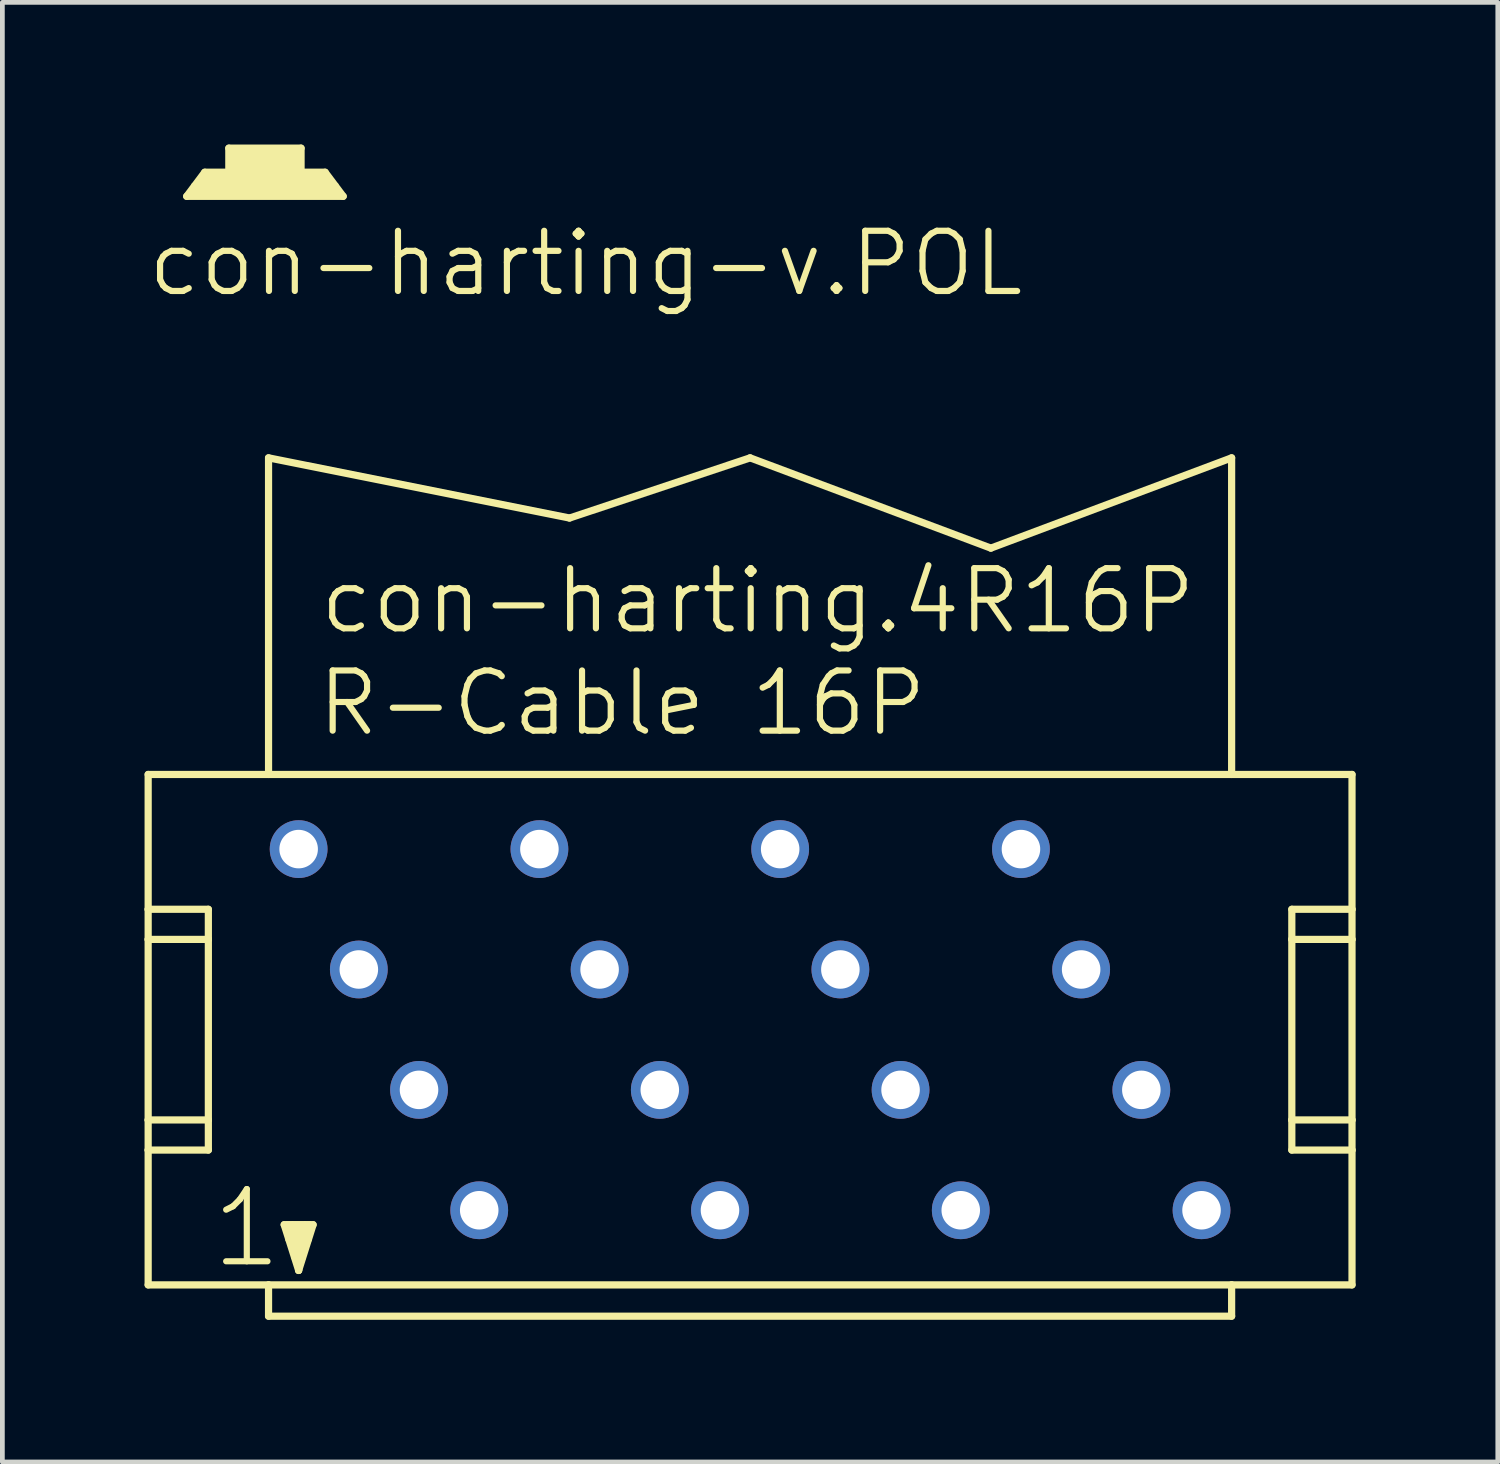
<source format=kicad_pcb>
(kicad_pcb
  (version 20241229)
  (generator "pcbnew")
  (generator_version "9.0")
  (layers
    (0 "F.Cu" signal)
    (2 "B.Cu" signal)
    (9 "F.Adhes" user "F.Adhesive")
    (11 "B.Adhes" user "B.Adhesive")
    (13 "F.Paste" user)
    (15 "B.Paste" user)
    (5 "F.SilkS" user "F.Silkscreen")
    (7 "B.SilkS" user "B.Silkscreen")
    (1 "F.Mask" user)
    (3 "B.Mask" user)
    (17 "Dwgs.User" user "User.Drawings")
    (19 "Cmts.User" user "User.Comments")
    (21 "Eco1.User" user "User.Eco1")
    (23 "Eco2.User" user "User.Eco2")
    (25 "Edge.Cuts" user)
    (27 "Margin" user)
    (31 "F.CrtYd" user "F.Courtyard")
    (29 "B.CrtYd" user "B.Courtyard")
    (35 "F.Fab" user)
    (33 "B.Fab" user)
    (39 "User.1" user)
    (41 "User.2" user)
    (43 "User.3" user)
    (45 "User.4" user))
  (footprint "con-harting-v.POL"
    (layer "F.Cu")
    (at 2.54 0.711)
    (property "Reference" "con-harting-v.POL" (at -2.54 2.54 0) (layer "F.SilkS") (effects (font (size 1.27 1.27) (thickness 0.13)) (justify left bottom)))
    (fp_line (start -1.651 0.381) (end -1.27 -0.127) (stroke (width 0.152) (type default)) (layer "F.SilkS"))
    (fp_line (start -1.651 0.381) (end 1.651 0.381) (stroke (width 0.152) (type default)) (layer "F.SilkS"))
    (fp_line (start -0.762 -0.635) (end -0.762 -0.127) (stroke (width 0.152) (type default)) (layer "F.SilkS"))
    (fp_line (start -0.762 -0.127) (end -1.27 -0.127) (stroke (width 0.152) (type default)) (layer "F.SilkS"))
    (fp_line (start 0.762 -0.635) (end -0.762 -0.635) (stroke (width 0.152) (type default)) (layer "F.SilkS"))
    (fp_line (start 0.762 -0.635) (end 0.762 -0.127) (stroke (width 0.152) (type default)) (layer "F.SilkS"))
    (fp_line (start 1.27 -0.127) (end 0.762 -0.127) (stroke (width 0.152) (type default)) (layer "F.SilkS"))
    (fp_line (start 1.27 -0.127) (end 1.651 0.381) (stroke (width 0.152) (type default)) (layer "F.SilkS"))
    (fp_rect (start -1.524 0.381) (end -1.27 0.127) (stroke (width 0.05) (type default)) (fill yes) (layer "F.SilkS"))
    (fp_rect (start -1.397 0.127) (end -1.27 0) (stroke (width 0.05) (type default)) (fill yes) (layer "F.SilkS"))
    (fp_rect (start -1.27 0.381) (end 1.27 -0.127) (stroke (width 0.05) (type default)) (fill yes) (layer "F.SilkS"))
    (fp_rect (start -0.762 -0.127) (end 0.762 -0.635) (stroke (width 0.05) (type default)) (fill yes) (layer "F.SilkS"))
    (fp_rect (start 1.27 0.127) (end 1.397 0) (stroke (width 0.05) (type default)) (fill yes) (layer "F.SilkS"))
    (fp_rect (start 1.27 0.381) (end 1.524 0.127) (stroke (width 0.05) (type default)) (fill yes) (layer "F.SilkS")))
  (footprint "con-harting.4R16P"
    (layer "F.Cu")
    (at 12.776 18.675)
    (property "Reference" "con-harting.4R16P" (at -9.144 -8.306 0) (layer "F.SilkS") (effects (font (size 1.27 1.27) (thickness 0.13)) (justify left bottom)))
    (attr through_hole)
    (fp_line (start -12.7 -5.385) (end -12.7 -2.54) (stroke (width 0.152) (type default)) (layer "F.SilkS"))
    (fp_line (start -12.7 -2.54) (end -12.7 -1.905) (stroke (width 0.152) (type default)) (layer "F.SilkS"))
    (fp_line (start -12.7 -2.54) (end -11.43 -2.54) (stroke (width 0.152) (type default)) (layer "F.SilkS"))
    (fp_line (start -12.7 -1.905) (end -12.7 1.905) (stroke (width 0.152) (type default)) (layer "F.SilkS"))
    (fp_line (start -12.7 -1.905) (end -11.43 -1.905) (stroke (width 0.152) (type default)) (layer "F.SilkS"))
    (fp_line (start -12.7 1.905) (end -12.7 2.54) (stroke (width 0.152) (type default)) (layer "F.SilkS"))
    (fp_line (start -12.7 1.905) (end -11.43 1.905) (stroke (width 0.152) (type default)) (layer "F.SilkS"))
    (fp_line (start -12.7 2.54) (end -12.7 5.385) (stroke (width 0.152) (type default)) (layer "F.SilkS"))
    (fp_line (start -12.7 5.385) (end -10.16 5.385) (stroke (width 0.152) (type default)) (layer "F.SilkS"))
    (fp_line (start -11.43 -2.54) (end -11.43 -1.905) (stroke (width 0.152) (type default)) (layer "F.SilkS"))
    (fp_line (start -11.43 -1.905) (end -11.43 1.905) (stroke (width 0.152) (type default)) (layer "F.SilkS"))
    (fp_line (start -11.43 1.905) (end -11.43 2.54) (stroke (width 0.152) (type default)) (layer "F.SilkS"))
    (fp_line (start -11.43 2.54) (end -12.7 2.54) (stroke (width 0.152) (type default)) (layer "F.SilkS"))
    (fp_line (start -10.16 -5.385) (end -12.7 -5.385) (stroke (width 0.152) (type default)) (layer "F.SilkS"))
    (fp_line (start -10.16 -5.385) (end -10.16 -12.065) (stroke (width 0.152) (type default)) (layer "F.SilkS"))
    (fp_line (start -10.16 5.385) (end 10.16 5.385) (stroke (width 0.152) (type default)) (layer "F.SilkS"))
    (fp_line (start -10.16 6.045) (end -10.16 5.385) (stroke (width 0.152) (type default)) (layer "F.SilkS"))
    (fp_line (start -9.83 4.115) (end -9.22 4.115) (stroke (width 0.152) (type default)) (layer "F.SilkS"))
    (fp_line (start -9.525 5.08) (end -9.83 4.115) (stroke (width 0.152) (type default)) (layer "F.SilkS"))
    (fp_line (start -9.525 5.08) (end -9.525 4.826) (stroke (width 0.152) (type default)) (layer "F.SilkS"))
    (fp_line (start -9.22 4.115) (end -9.525 5.08) (stroke (width 0.152) (type default)) (layer "F.SilkS"))
    (fp_line (start -3.81 -10.795) (end -10.16 -12.065) (stroke (width 0.152) (type default)) (layer "F.SilkS"))
    (fp_line (start -3.81 -10.795) (end 0 -12.065) (stroke (width 0.152) (type default)) (layer "F.SilkS"))
    (fp_line (start 5.08 -10.16) (end 0 -12.065) (stroke (width 0.152) (type default)) (layer "F.SilkS"))
    (fp_line (start 5.08 -10.16) (end 10.16 -12.065) (stroke (width 0.152) (type default)) (layer "F.SilkS"))
    (fp_line (start 10.16 -12.065) (end 10.16 -5.385) (stroke (width 0.152) (type default)) (layer "F.SilkS"))
    (fp_line (start 10.16 -5.385) (end -10.16 -5.385) (stroke (width 0.152) (type default)) (layer "F.SilkS"))
    (fp_line (start 10.16 5.385) (end 10.16 6.045) (stroke (width 0.152) (type default)) (layer "F.SilkS"))
    (fp_line (start 10.16 5.385) (end 12.7 5.385) (stroke (width 0.152) (type default)) (layer "F.SilkS"))
    (fp_line (start 10.16 6.045) (end -10.16 6.045) (stroke (width 0.152) (type default)) (layer "F.SilkS"))
    (fp_line (start 11.43 -2.54) (end 11.43 -1.905) (stroke (width 0.152) (type default)) (layer "F.SilkS"))
    (fp_line (start 11.43 -2.54) (end 12.7 -2.54) (stroke (width 0.152) (type default)) (layer "F.SilkS"))
    (fp_line (start 11.43 -1.905) (end 11.43 1.905) (stroke (width 0.152) (type default)) (layer "F.SilkS"))
    (fp_line (start 11.43 -1.905) (end 12.7 -1.905) (stroke (width 0.152) (type default)) (layer "F.SilkS"))
    (fp_line (start 11.43 1.905) (end 11.43 2.54) (stroke (width 0.152) (type default)) (layer "F.SilkS"))
    (fp_line (start 11.43 1.905) (end 12.7 1.905) (stroke (width 0.152) (type default)) (layer "F.SilkS"))
    (fp_line (start 12.7 -5.385) (end 10.16 -5.385) (stroke (width 0.152) (type default)) (layer "F.SilkS"))
    (fp_line (start 12.7 -2.54) (end 12.7 -5.385) (stroke (width 0.152) (type default)) (layer "F.SilkS"))
    (fp_line (start 12.7 -1.905) (end 12.7 -2.54) (stroke (width 0.152) (type default)) (layer "F.SilkS"))
    (fp_line (start 12.7 1.905) (end 12.7 -1.905) (stroke (width 0.152) (type default)) (layer "F.SilkS"))
    (fp_line (start 12.7 2.54) (end 11.43 2.54) (stroke (width 0.152) (type default)) (layer "F.SilkS"))
    (fp_line (start 12.7 2.54) (end 12.7 1.905) (stroke (width 0.152) (type default)) (layer "F.SilkS"))
    (fp_line (start 12.7 5.385) (end 12.7 2.54) (stroke (width 0.152) (type default)) (layer "F.SilkS"))
    (fp_rect (start -9.779 4.445) (end -9.652 4.064) (stroke (width 0.05) (type default)) (fill yes) (layer "F.SilkS"))
    (fp_rect (start -9.652 4.572) (end -9.398 4.064) (stroke (width 0.05) (type default)) (fill yes) (layer "F.SilkS"))
    (fp_rect (start -9.652 4.826) (end -9.398 4.572) (stroke (width 0.05) (type default)) (fill yes) (layer "F.SilkS"))
    (fp_rect (start -9.398 4.445) (end -9.271 4.064) (stroke (width 0.05) (type default)) (fill yes) (layer "F.SilkS"))
    (fp_text user "1" (at -11.43 5.08 0) (layer "F.SilkS") (effects (font (size 1.524 1.524) (thickness 0.13)) (justify left bottom)))
    (fp_text user "R-Cable 16P" (at -9.195 -6.147 0) (layer "F.SilkS") (effects (font (size 1.27 1.27) (thickness 0.13)) (justify left bottom)))
    (pad "1" thru_hole circle (at -9.525 -3.81) (size 1.219 1.219) (drill 0.813) (layers "*.Cu" "*.Mask"))
    (pad "2" thru_hole circle (at -8.255 -1.27) (size 1.219 1.219) (drill 0.813) (layers "*.Cu" "*.Mask"))
    (pad "3" thru_hole circle (at -6.985 1.27) (size 1.219 1.219) (drill 0.813) (layers "*.Cu" "*.Mask"))
    (pad "4" thru_hole circle (at -5.715 3.81) (size 1.219 1.219) (drill 0.813) (layers "*.Cu" "*.Mask"))
    (pad "5" thru_hole circle (at -4.445 -3.81) (size 1.219 1.219) (drill 0.813) (layers "*.Cu" "*.Mask"))
    (pad "6" thru_hole circle (at -3.175 -1.27) (size 1.219 1.219) (drill 0.813) (layers "*.Cu" "*.Mask"))
    (pad "7" thru_hole circle (at -1.905 1.27) (size 1.219 1.219) (drill 0.813) (layers "*.Cu" "*.Mask"))
    (pad "8" thru_hole circle (at -0.635 3.81) (size 1.219 1.219) (drill 0.813) (layers "*.Cu" "*.Mask"))
    (pad "9" thru_hole circle (at 0.635 -3.81) (size 1.219 1.219) (drill 0.813) (layers "*.Cu" "*.Mask"))
    (pad "10" thru_hole circle (at 1.905 -1.27) (size 1.219 1.219) (drill 0.813) (layers "*.Cu" "*.Mask"))
    (pad "11" thru_hole circle (at 3.175 1.27) (size 1.219 1.219) (drill 0.813) (layers "*.Cu" "*.Mask"))
    (pad "12" thru_hole circle (at 4.445 3.81) (size 1.219 1.219) (drill 0.813) (layers "*.Cu" "*.Mask"))
    (pad "13" thru_hole circle (at 5.715 -3.81) (size 1.219 1.219) (drill 0.813) (layers "*.Cu" "*.Mask"))
    (pad "14" thru_hole circle (at 6.985 -1.27) (size 1.219 1.219) (drill 0.813) (layers "*.Cu" "*.Mask"))
    (pad "15" thru_hole circle (at 8.255 1.27) (size 1.219 1.219) (drill 0.813) (layers "*.Cu" "*.Mask"))
    (pad "16" thru_hole circle (at 9.525 3.81) (size 1.219 1.219) (drill 0.813) (layers "*.Cu" "*.Mask")))
  (gr_rect
    (start -3 -3)
    (end 28.552 27.796)
    (stroke (width 0.1) (type default))
    (fill no)
    (layer "Edge.Cuts")))
</source>
